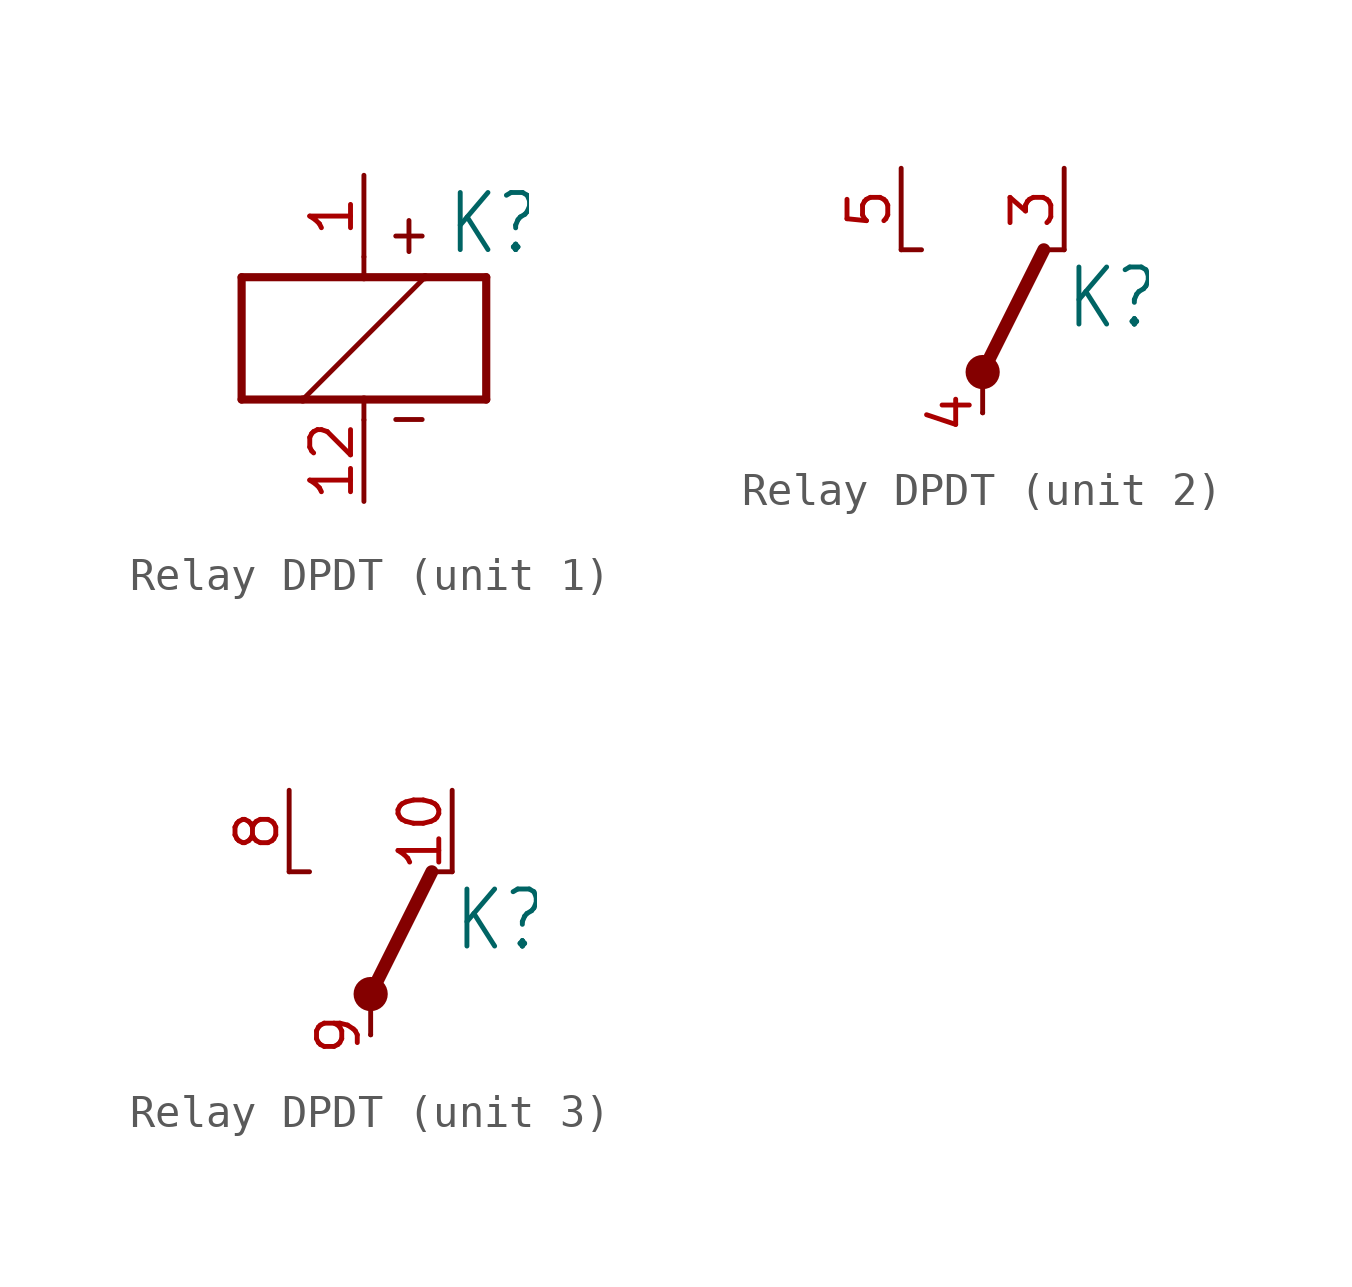
<source format=kicad_sym>
(kicad_symbol_lib
  (version 20220914)
  (generator kicad_symbol_editor)
  (symbol "Relay DPDT"
    (property "Reference" "K"
      (at 2.54 2.54 0)
      (effects (font (size 1.778 1.511)) (justify left bottom)))
    (property "ki_locked" ""
      (at 0 0 0)
      (effects (font (size 1.27 1.27))))
    (symbol "Relay DPDT_1_0"
      (polyline (pts (xy -3.81 -1.905) (xy -1.905 -1.905)) (stroke (width 0.254) (type solid)) (fill (type none)))
      (polyline (pts (xy -3.81 1.905) (xy -3.81 -1.905)) (stroke (width 0.254) (type solid)) (fill (type none)))
      (polyline (pts (xy -1.905 -1.905) (xy 0 -1.905)) (stroke (width 0.254) (type solid)) (fill (type none)))
      (polyline (pts (xy -1.905 -1.905) (xy 1.905 1.905)) (stroke (width 0.152) (type solid)) (fill (type none)))
      (polyline (pts (xy 0 -2.54) (xy 0 -1.905)) (stroke (width 0.152) (type solid)) (fill (type none)))
      (polyline (pts (xy 0 -1.905) (xy 3.81 -1.905)) (stroke (width 0.254) (type solid)) (fill (type none)))
      (polyline (pts (xy 0 1.905) (xy -3.81 1.905)) (stroke (width 0.254) (type solid)) (fill (type none)))
      (polyline (pts (xy 0 2.54) (xy 0 1.905)) (stroke (width 0.152) (type solid)) (fill (type none)))
      (polyline (pts (xy 1.905 1.905) (xy 0 1.905)) (stroke (width 0.254) (type solid)) (fill (type none)))
      (polyline (pts (xy 3.81 -1.905) (xy 3.81 1.905)) (stroke (width 0.254) (type solid)) (fill (type none)))
      (polyline (pts (xy 3.81 1.905) (xy 1.905 1.905)) (stroke (width 0.254) (type solid)) (fill (type none)))
      (text "+" (at 0.635 2.54 0) (effects (font (size 1.27 1.079)) (justify left bottom)))
      (text "-" (at 0.635 -3.175 0) (effects (font (size 1.27 1.079)) (justify left bottom)))
      (pin passive line (at 0 5.08 270) (length 2.54) (name "C1" (effects (font (size 0 0)))) (number "1" (effects (font (size 1.27 1.27)))))
      (pin passive line (at 0 -5.08 90) (length 2.54) (name "C2" (effects (font (size 0 0)))) (number "12" (effects (font (size 1.27 1.27))))))
    (symbol "Relay DPDT_2_0"
      (polyline (pts (xy -2.54 5.08) (xy -1.905 5.08)) (stroke (width 0.152) (type solid)) (fill (type none)))
      (polyline (pts (xy 0 1.27) (xy 0 0)) (stroke (width 0.152) (type solid)) (fill (type none)))
      (polyline (pts (xy 0 1.27) (xy 1.905 5.08)) (stroke (width 0.406) (type solid)) (fill (type none)))
      (polyline (pts (xy 2.54 5.08) (xy 1.905 5.08)) (stroke (width 0.152) (type solid)) (fill (type none)))
      (circle (center 0 1.27) (radius 0.127) (stroke (width 0.406) (type solid)) (fill (type none)))
      (pin passive line (at 2.54 7.62 270) (length 2.54) (name "NC" (effects (font (size 0 0)))) (number "3" (effects (font (size 1.27 1.27)))))
      (pin passive line (at 0 0 90) (length 0) (name "COM" (effects (font (size 0 0)))) (number "4" (effects (font (size 1.27 1.27)))))
      (pin passive line (at -2.54 7.62 270) (length 2.54) (name "NO" (effects (font (size 0 0)))) (number "5" (effects (font (size 1.27 1.27))))))
    (symbol "Relay DPDT_3_0"
      (polyline (pts (xy -2.54 5.08) (xy -1.905 5.08)) (stroke (width 0.152) (type solid)) (fill (type none)))
      (polyline (pts (xy 0 1.27) (xy 0 0)) (stroke (width 0.152) (type solid)) (fill (type none)))
      (polyline (pts (xy 0 1.27) (xy 1.905 5.08)) (stroke (width 0.406) (type solid)) (fill (type none)))
      (polyline (pts (xy 2.54 5.08) (xy 1.905 5.08)) (stroke (width 0.152) (type solid)) (fill (type none)))
      (circle (center 0 1.27) (radius 0.127) (stroke (width 0.406) (type solid)) (fill (type none)))
      (pin passive line (at 2.54 7.62 270) (length 2.54) (name "NC" (effects (font (size 0 0)))) (number "10" (effects (font (size 1.27 1.27)))))
      (pin passive line (at -2.54 7.62 270) (length 2.54) (name "NO" (effects (font (size 0 0)))) (number "8" (effects (font (size 1.27 1.27)))))
      (pin passive line (at 0 0 90) (length 0) (name "COM" (effects (font (size 0 0)))) (number "9" (effects (font (size 1.27 1.27))))))))
</source>
